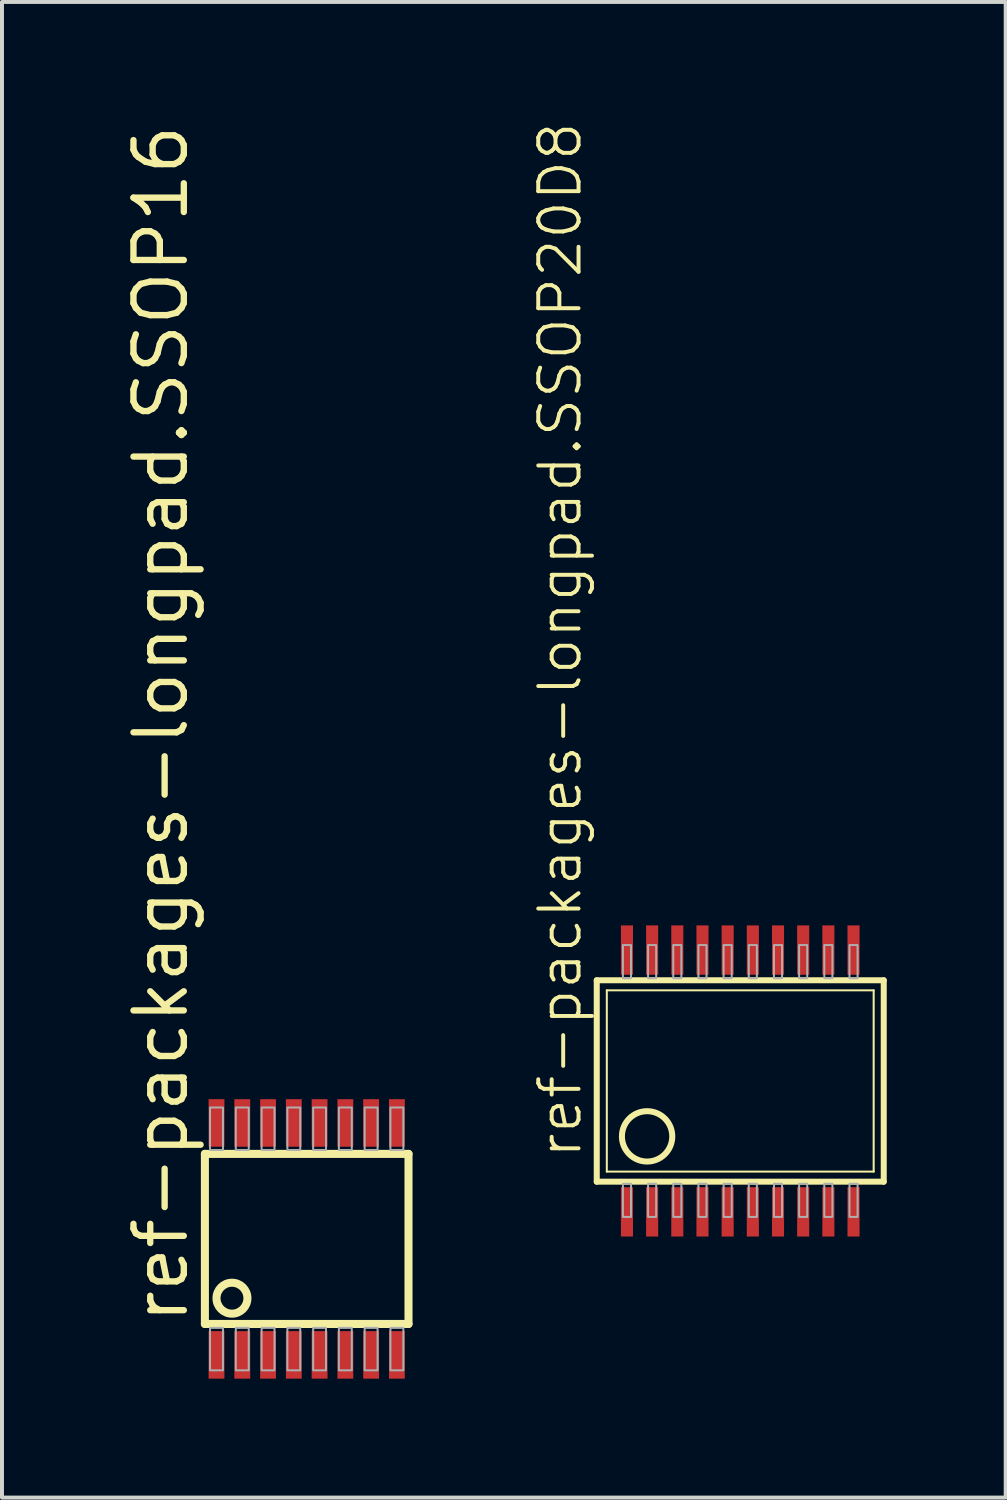
<source format=kicad_pcb>
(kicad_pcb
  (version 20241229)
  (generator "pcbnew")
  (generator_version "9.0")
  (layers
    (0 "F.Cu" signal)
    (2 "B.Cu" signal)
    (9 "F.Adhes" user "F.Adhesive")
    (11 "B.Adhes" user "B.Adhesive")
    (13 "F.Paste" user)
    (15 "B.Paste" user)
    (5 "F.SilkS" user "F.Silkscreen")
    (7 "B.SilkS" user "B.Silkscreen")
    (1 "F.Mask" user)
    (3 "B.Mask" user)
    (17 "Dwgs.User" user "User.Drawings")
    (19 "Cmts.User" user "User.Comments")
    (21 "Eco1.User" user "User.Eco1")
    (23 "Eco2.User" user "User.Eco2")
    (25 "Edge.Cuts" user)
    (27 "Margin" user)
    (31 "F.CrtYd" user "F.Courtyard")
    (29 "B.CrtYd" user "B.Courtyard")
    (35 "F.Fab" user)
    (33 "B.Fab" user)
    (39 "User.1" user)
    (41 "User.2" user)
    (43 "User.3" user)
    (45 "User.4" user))
  (footprint "ref-packages-longpad.SSOP20D8"
    (layer "F.Cu")
    (at 15.558 24.165)
    (property "Reference" "ref-packages-longpad.SSOP20D8" (at -3.886 2.057 90) (layer "F.SilkS") (effects (font (size 1.016 1.016) (thickness 0.1)) (justify left bottom)))
    (attr smd)
    (fp_line (start -3.556 2.591) (end -3.556 -2.489) (stroke (width 0.152) (type default)) (layer "F.SilkS"))
    (fp_line (start -3.556 2.591) (end 3.683 2.591) (stroke (width 0.152) (type default)) (layer "F.SilkS"))
    (fp_line (start -3.302 2.337) (end -3.302 -2.235) (stroke (width 0.051) (type default)) (layer "F.SilkS"))
    (fp_line (start -3.302 2.337) (end 3.429 2.337) (stroke (width 0.051) (type default)) (layer "F.SilkS"))
    (fp_line (start 3.429 -2.235) (end -3.302 -2.235) (stroke (width 0.051) (type default)) (layer "F.SilkS"))
    (fp_line (start 3.429 -2.235) (end 3.429 2.337) (stroke (width 0.051) (type default)) (layer "F.SilkS"))
    (fp_line (start 3.683 -2.489) (end -3.556 -2.489) (stroke (width 0.152) (type default)) (layer "F.SilkS"))
    (fp_line (start 3.683 -2.489) (end 3.683 2.591) (stroke (width 0.152) (type default)) (layer "F.SilkS"))
    (fp_circle (center -2.286 1.448) (end -1.651 1.448) (stroke (width 0.152) (type default)) (fill no) (layer "F.SilkS"))
    (fp_rect (start -2.896 -2.54) (end -2.692 -3.378) (stroke (width 0.05) (type default)) (fill no) (layer "F.Fab"))
    (fp_rect (start -2.896 3.48) (end -2.692 2.642) (stroke (width 0.05) (type default)) (fill no) (layer "F.Fab"))
    (fp_rect (start -2.261 -2.54) (end -2.057 -3.378) (stroke (width 0.05) (type default)) (fill no) (layer "F.Fab"))
    (fp_rect (start -2.261 3.48) (end -2.057 2.642) (stroke (width 0.05) (type default)) (fill no) (layer "F.Fab"))
    (fp_rect (start -1.626 -2.54) (end -1.422 -3.378) (stroke (width 0.05) (type default)) (fill no) (layer "F.Fab"))
    (fp_rect (start -1.626 3.48) (end -1.422 2.642) (stroke (width 0.05) (type default)) (fill no) (layer "F.Fab"))
    (fp_rect (start -0.991 -2.54) (end -0.787 -3.378) (stroke (width 0.05) (type default)) (fill no) (layer "F.Fab"))
    (fp_rect (start -0.991 3.48) (end -0.787 2.642) (stroke (width 0.05) (type default)) (fill no) (layer "F.Fab"))
    (fp_rect (start -0.356 -2.54) (end -0.152 -3.378) (stroke (width 0.05) (type default)) (fill no) (layer "F.Fab"))
    (fp_rect (start -0.356 3.48) (end -0.152 2.642) (stroke (width 0.05) (type default)) (fill no) (layer "F.Fab"))
    (fp_rect (start 0.279 -2.54) (end 0.483 -3.378) (stroke (width 0.05) (type default)) (fill no) (layer "F.Fab"))
    (fp_rect (start 0.279 3.48) (end 0.483 2.642) (stroke (width 0.05) (type default)) (fill no) (layer "F.Fab"))
    (fp_rect (start 0.914 -2.54) (end 1.118 -3.378) (stroke (width 0.05) (type default)) (fill no) (layer "F.Fab"))
    (fp_rect (start 0.914 3.48) (end 1.118 2.642) (stroke (width 0.05) (type default)) (fill no) (layer "F.Fab"))
    (fp_rect (start 1.549 -2.54) (end 1.753 -3.378) (stroke (width 0.05) (type default)) (fill no) (layer "F.Fab"))
    (fp_rect (start 1.549 3.48) (end 1.753 2.642) (stroke (width 0.05) (type default)) (fill no) (layer "F.Fab"))
    (fp_rect (start 2.184 -2.54) (end 2.388 -3.378) (stroke (width 0.05) (type default)) (fill no) (layer "F.Fab"))
    (fp_rect (start 2.184 3.48) (end 2.388 2.642) (stroke (width 0.05) (type default)) (fill no) (layer "F.Fab"))
    (fp_rect (start 2.819 -2.54) (end 3.023 -3.378) (stroke (width 0.05) (type default)) (fill no) (layer "F.Fab"))
    (fp_rect (start 2.819 3.48) (end 3.023 2.642) (stroke (width 0.05) (type default)) (fill no) (layer "F.Fab"))
    (pad "1" smd roundrect (at -2.794 3.353) (size 0.305 1.245) (layers "F.Cu" "F.Mask" "F.Paste") (roundrect_rratio 0.01))
    (pad "2" smd roundrect (at -2.159 3.353) (size 0.305 1.245) (layers "F.Cu" "F.Mask" "F.Paste") (roundrect_rratio 0.01))
    (pad "3" smd roundrect (at -1.524 3.353) (size 0.305 1.245) (layers "F.Cu" "F.Mask" "F.Paste") (roundrect_rratio 0.01))
    (pad "4" smd roundrect (at -0.889 3.353) (size 0.305 1.245) (layers "F.Cu" "F.Mask" "F.Paste") (roundrect_rratio 0.01))
    (pad "5" smd roundrect (at -0.254 3.353) (size 0.305 1.245) (layers "F.Cu" "F.Mask" "F.Paste") (roundrect_rratio 0.01))
    (pad "6" smd roundrect (at 0.381 3.353) (size 0.305 1.245) (layers "F.Cu" "F.Mask" "F.Paste") (roundrect_rratio 0.01))
    (pad "7" smd roundrect (at 1.016 3.353) (size 0.305 1.245) (layers "F.Cu" "F.Mask" "F.Paste") (roundrect_rratio 0.01))
    (pad "8" smd roundrect (at 1.651 3.353) (size 0.305 1.245) (layers "F.Cu" "F.Mask" "F.Paste") (roundrect_rratio 0.01))
    (pad "9" smd roundrect (at 2.286 3.353) (size 0.305 1.245) (layers "F.Cu" "F.Mask" "F.Paste") (roundrect_rratio 0.01))
    (pad "10" smd roundrect (at 2.921 3.353) (size 0.305 1.245) (layers "F.Cu" "F.Mask" "F.Paste") (roundrect_rratio 0.01))
    (pad "11" smd roundrect (at 2.921 -3.251) (size 0.305 1.245) (layers "F.Cu" "F.Mask" "F.Paste") (roundrect_rratio 0.01))
    (pad "12" smd roundrect (at 2.286 -3.251) (size 0.305 1.245) (layers "F.Cu" "F.Mask" "F.Paste") (roundrect_rratio 0.01))
    (pad "13" smd roundrect (at 1.651 -3.251) (size 0.305 1.245) (layers "F.Cu" "F.Mask" "F.Paste") (roundrect_rratio 0.01))
    (pad "14" smd roundrect (at 1.016 -3.251) (size 0.305 1.245) (layers "F.Cu" "F.Mask" "F.Paste") (roundrect_rratio 0.01))
    (pad "15" smd roundrect (at 0.381 -3.251) (size 0.305 1.245) (layers "F.Cu" "F.Mask" "F.Paste") (roundrect_rratio 0.01))
    (pad "16" smd roundrect (at -0.254 -3.251) (size 0.305 1.245) (layers "F.Cu" "F.Mask" "F.Paste") (roundrect_rratio 0.01))
    (pad "17" smd roundrect (at -0.889 -3.251) (size 0.305 1.245) (layers "F.Cu" "F.Mask" "F.Paste") (roundrect_rratio 0.01))
    (pad "18" smd roundrect (at -1.524 -3.251) (size 0.305 1.245) (layers "F.Cu" "F.Mask" "F.Paste") (roundrect_rratio 0.01))
    (pad "19" smd roundrect (at -2.159 -3.251) (size 0.305 1.245) (layers "F.Cu" "F.Mask" "F.Paste") (roundrect_rratio 0.01))
    (pad "20" smd roundrect (at -2.794 -3.251) (size 0.305 1.245) (layers "F.Cu" "F.Mask" "F.Paste") (roundrect_rratio 0.01)))
  (footprint "ref-packages-longpad.SSOP16"
    (layer "F.Cu")
    (at 4.686 28.2)
    (property "Reference" "ref-packages-longpad.SSOP16" (at -2.936 2.204 90) (layer "F.SilkS") (effects (font (size 1.27 1.27) (thickness 0.16)) (justify left bottom)))
    (attr smd)
    (fp_line (start -2.568 -2.145) (end 2.568 -2.145) (stroke (width 0.203) (type default)) (layer "F.SilkS"))
    (fp_line (start -2.568 2.145) (end -2.568 -2.145) (stroke (width 0.203) (type default)) (layer "F.SilkS"))
    (fp_line (start 2.568 -2.145) (end 2.568 2.145) (stroke (width 0.203) (type default)) (layer "F.SilkS"))
    (fp_line (start 2.568 2.145) (end -2.568 2.145) (stroke (width 0.203) (type default)) (layer "F.SilkS"))
    (fp_circle (center -1.885 1.495) (end -1.495 1.495) (stroke (width 0.203) (type default)) (fill no) (layer "F.SilkS"))
    (fp_rect (start -2.438 -2.243) (end -2.112 -3.315) (stroke (width 0.05) (type default)) (fill no) (layer "F.Fab"))
    (fp_rect (start -2.438 3.315) (end -2.112 2.243) (stroke (width 0.05) (type default)) (fill no) (layer "F.Fab"))
    (fp_rect (start -1.788 -2.243) (end -1.462 -3.315) (stroke (width 0.05) (type default)) (fill no) (layer "F.Fab"))
    (fp_rect (start -1.788 3.315) (end -1.462 2.243) (stroke (width 0.05) (type default)) (fill no) (layer "F.Fab"))
    (fp_rect (start -1.137 -2.243) (end -0.812 -3.315) (stroke (width 0.05) (type default)) (fill no) (layer "F.Fab"))
    (fp_rect (start -1.137 3.315) (end -0.812 2.243) (stroke (width 0.05) (type default)) (fill no) (layer "F.Fab"))
    (fp_rect (start -0.487 -2.243) (end -0.163 -3.315) (stroke (width 0.05) (type default)) (fill no) (layer "F.Fab"))
    (fp_rect (start -0.487 3.315) (end -0.163 2.243) (stroke (width 0.05) (type default)) (fill no) (layer "F.Fab"))
    (fp_rect (start 0.163 -2.243) (end 0.487 -3.315) (stroke (width 0.05) (type default)) (fill no) (layer "F.Fab"))
    (fp_rect (start 0.163 3.315) (end 0.487 2.243) (stroke (width 0.05) (type default)) (fill no) (layer "F.Fab"))
    (fp_rect (start 0.812 -2.243) (end 1.137 -3.315) (stroke (width 0.05) (type default)) (fill no) (layer "F.Fab"))
    (fp_rect (start 0.812 3.315) (end 1.137 2.243) (stroke (width 0.05) (type default)) (fill no) (layer "F.Fab"))
    (fp_rect (start 1.462 -2.243) (end 1.788 -3.315) (stroke (width 0.05) (type default)) (fill no) (layer "F.Fab"))
    (fp_rect (start 1.462 3.315) (end 1.788 2.243) (stroke (width 0.05) (type default)) (fill no) (layer "F.Fab"))
    (fp_rect (start 2.112 -2.243) (end 2.438 -3.315) (stroke (width 0.05) (type default)) (fill no) (layer "F.Fab"))
    (fp_rect (start 2.112 3.315) (end 2.438 2.243) (stroke (width 0.05) (type default)) (fill no) (layer "F.Fab"))
    (pad "1" smd roundrect (at -2.275 2.925) (size 0.4 1.2) (layers "F.Cu" "F.Mask" "F.Paste") (roundrect_rratio 0.01))
    (pad "2" smd roundrect (at -1.625 2.925) (size 0.4 1.2) (layers "F.Cu" "F.Mask" "F.Paste") (roundrect_rratio 0.01))
    (pad "3" smd roundrect (at -0.975 2.925) (size 0.4 1.2) (layers "F.Cu" "F.Mask" "F.Paste") (roundrect_rratio 0.01))
    (pad "4" smd roundrect (at -0.325 2.925) (size 0.4 1.2) (layers "F.Cu" "F.Mask" "F.Paste") (roundrect_rratio 0.01))
    (pad "5" smd roundrect (at 0.325 2.925) (size 0.4 1.2) (layers "F.Cu" "F.Mask" "F.Paste") (roundrect_rratio 0.01))
    (pad "6" smd roundrect (at 0.975 2.925) (size 0.4 1.2) (layers "F.Cu" "F.Mask" "F.Paste") (roundrect_rratio 0.01))
    (pad "7" smd roundrect (at 1.625 2.925) (size 0.4 1.2) (layers "F.Cu" "F.Mask" "F.Paste") (roundrect_rratio 0.01))
    (pad "8" smd roundrect (at 2.275 2.925) (size 0.4 1.2) (layers "F.Cu" "F.Mask" "F.Paste") (roundrect_rratio 0.01))
    (pad "9" smd roundrect (at 2.275 -2.925) (size 0.4 1.2) (layers "F.Cu" "F.Mask" "F.Paste") (roundrect_rratio 0.01))
    (pad "10" smd roundrect (at 1.625 -2.925) (size 0.4 1.2) (layers "F.Cu" "F.Mask" "F.Paste") (roundrect_rratio 0.01))
    (pad "11" smd roundrect (at 0.975 -2.925) (size 0.4 1.2) (layers "F.Cu" "F.Mask" "F.Paste") (roundrect_rratio 0.01))
    (pad "12" smd roundrect (at 0.325 -2.925) (size 0.4 1.2) (layers "F.Cu" "F.Mask" "F.Paste") (roundrect_rratio 0.01))
    (pad "13" smd roundrect (at -0.325 -2.925) (size 0.4 1.2) (layers "F.Cu" "F.Mask" "F.Paste") (roundrect_rratio 0.01))
    (pad "14" smd roundrect (at -0.975 -2.925) (size 0.4 1.2) (layers "F.Cu" "F.Mask" "F.Paste") (roundrect_rratio 0.01))
    (pad "15" smd roundrect (at -1.625 -2.925) (size 0.4 1.2) (layers "F.Cu" "F.Mask" "F.Paste") (roundrect_rratio 0.01))
    (pad "16" smd roundrect (at -2.275 -2.925) (size 0.4 1.2) (layers "F.Cu" "F.Mask" "F.Paste") (roundrect_rratio 0.01)))
  (gr_rect
    (start -3 -3)
    (end 22.317 34.725)
    (stroke (width 0.1) (type default))
    (fill no)
    (layer "Edge.Cuts")))
</source>
